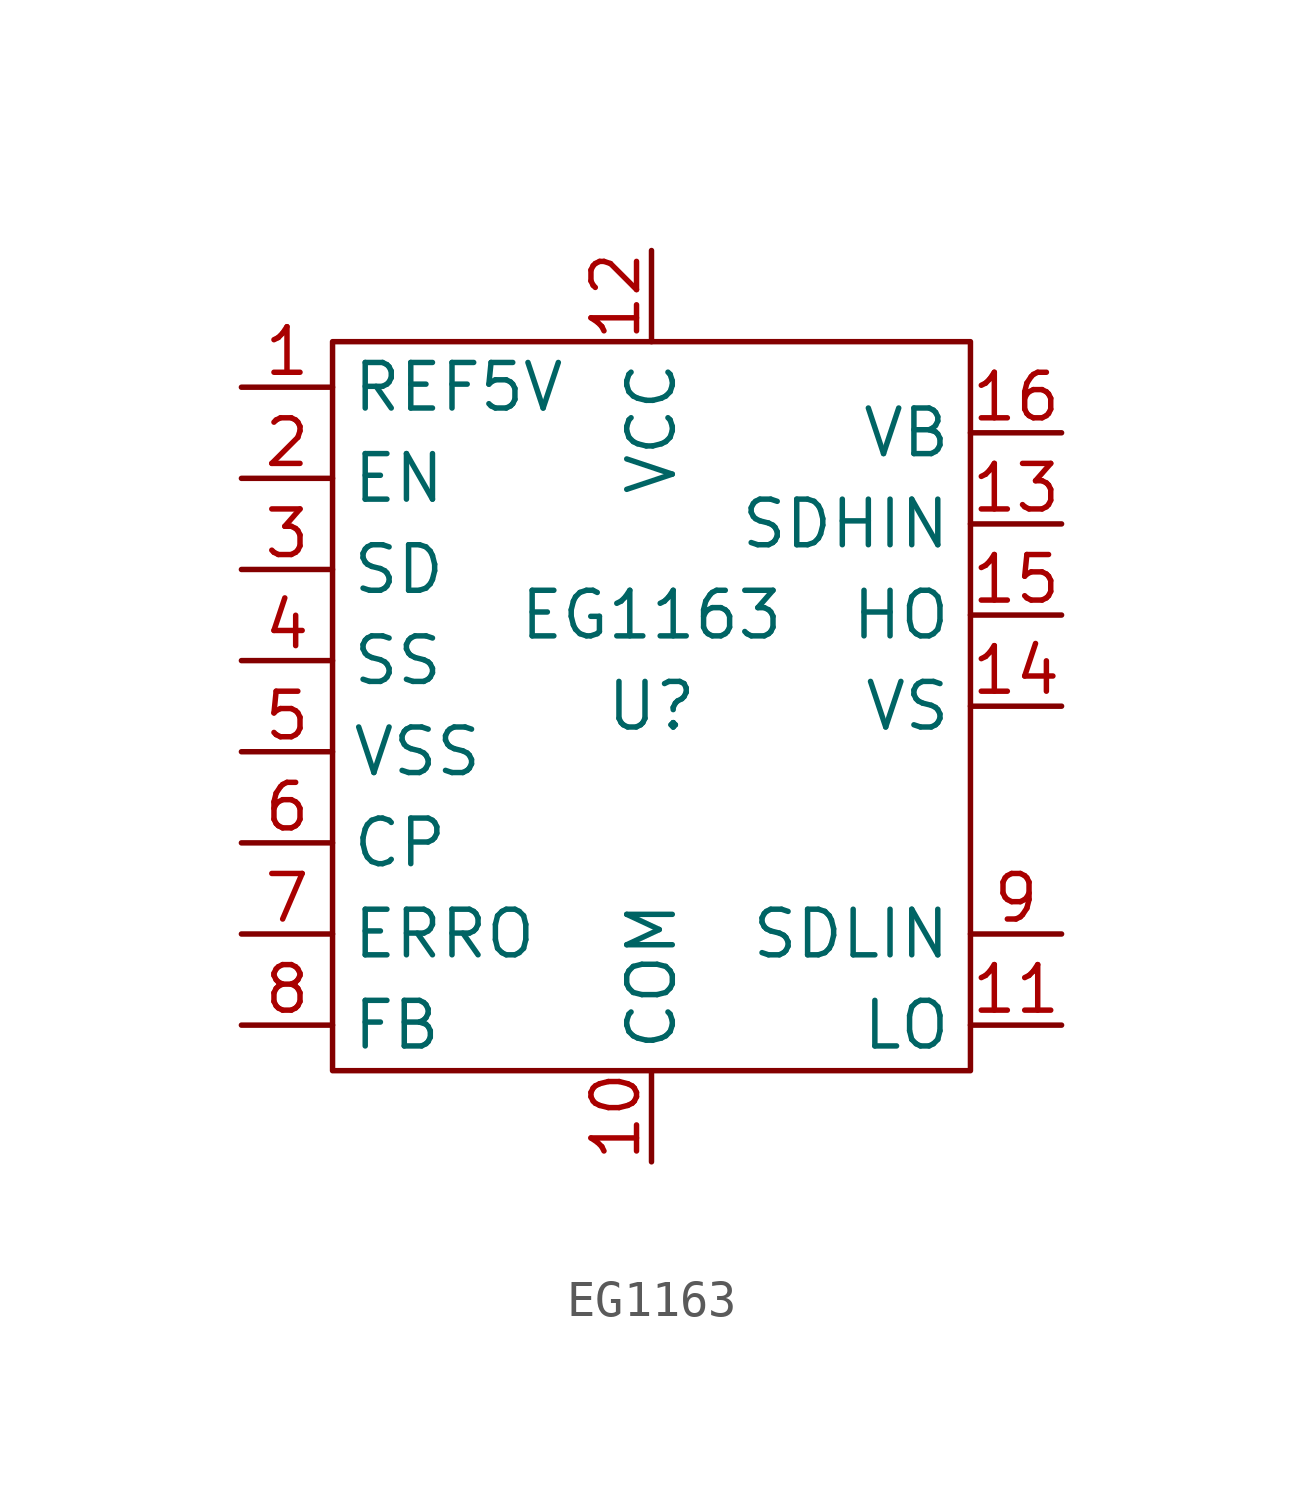
<source format=kicad_sym>
(kicad_symbol_lib
  (version 20231120)
  (generator "kicad_symbol_editor")
  (generator_version "8.0")
  (symbol "EG1163"
    (property "Reference" "U"
      (at 0 0 0)
      (effects (font (size 1.27 1.27))))
    (property "Value" "EG1163"
      (at 0 2.54 0)
      (effects (font (size 1.27 1.27))))
    (symbol "EG1163_0_1"
      (rectangle (start -8.89 10.16) (end 8.89 -10.16) (stroke (width 0) (type default)) (fill (type none))))
    (symbol "EG1163_1_1"
      (pin power_out line (at -11.43 8.89 0) (length 2.54) (name "REF5V" (effects (font (size 1.27 1.27)))) (number "1" (effects (font (size 1.27 1.27)))))
      (pin power_in line (at 0 -12.7 90) (length 2.54) (name "COM" (effects (font (size 1.27 1.27)))) (number "10" (effects (font (size 1.27 1.27)))))
      (pin output line (at 11.43 -8.89 180) (length 2.54) (name "LO" (effects (font (size 1.27 1.27)))) (number "11" (effects (font (size 1.27 1.27)))))
      (pin power_in line (at 0 12.7 270) (length 2.54) (name "VCC" (effects (font (size 1.27 1.27)))) (number "12" (effects (font (size 1.27 1.27)))))
      (pin input line (at 11.43 5.08 180) (length 2.54) (name "SDHIN" (effects (font (size 1.27 1.27)))) (number "13" (effects (font (size 1.27 1.27)))))
      (pin power_out line (at 11.43 0 180) (length 2.54) (name "VS" (effects (font (size 1.27 1.27)))) (number "14" (effects (font (size 1.27 1.27)))))
      (pin output line (at 11.43 2.54 180) (length 2.54) (name "HO" (effects (font (size 1.27 1.27)))) (number "15" (effects (font (size 1.27 1.27)))))
      (pin unspecified line (at 11.43 7.62 180) (length 2.54) (name "VB" (effects (font (size 1.27 1.27)))) (number "16" (effects (font (size 1.27 1.27)))))
      (pin input line (at -11.43 6.35 0) (length 2.54) (name "EN" (effects (font (size 1.27 1.27)))) (number "2" (effects (font (size 1.27 1.27)))))
      (pin input line (at -11.43 3.81 0) (length 2.54) (name "SD" (effects (font (size 1.27 1.27)))) (number "3" (effects (font (size 1.27 1.27)))))
      (pin unspecified line (at -11.43 1.27 0) (length 2.54) (name "SS" (effects (font (size 1.27 1.27)))) (number "4" (effects (font (size 1.27 1.27)))))
      (pin power_in line (at -11.43 -1.27 0) (length 2.54) (name "VSS" (effects (font (size 1.27 1.27)))) (number "5" (effects (font (size 1.27 1.27)))))
      (pin unspecified line (at -11.43 -3.81 0) (length 2.54) (name "CP" (effects (font (size 1.27 1.27)))) (number "6" (effects (font (size 1.27 1.27)))))
      (pin bidirectional line (at -11.43 -6.35 0) (length 2.54) (name "ERRO" (effects (font (size 1.27 1.27)))) (number "7" (effects (font (size 1.27 1.27)))))
      (pin input line (at -11.43 -8.89 0) (length 2.54) (name "FB" (effects (font (size 1.27 1.27)))) (number "8" (effects (font (size 1.27 1.27)))))
      (pin input line (at 11.43 -6.35 180) (length 2.54) (name "SDLIN" (effects (font (size 1.27 1.27)))) (number "9" (effects (font (size 1.27 1.27))))))))
</source>
